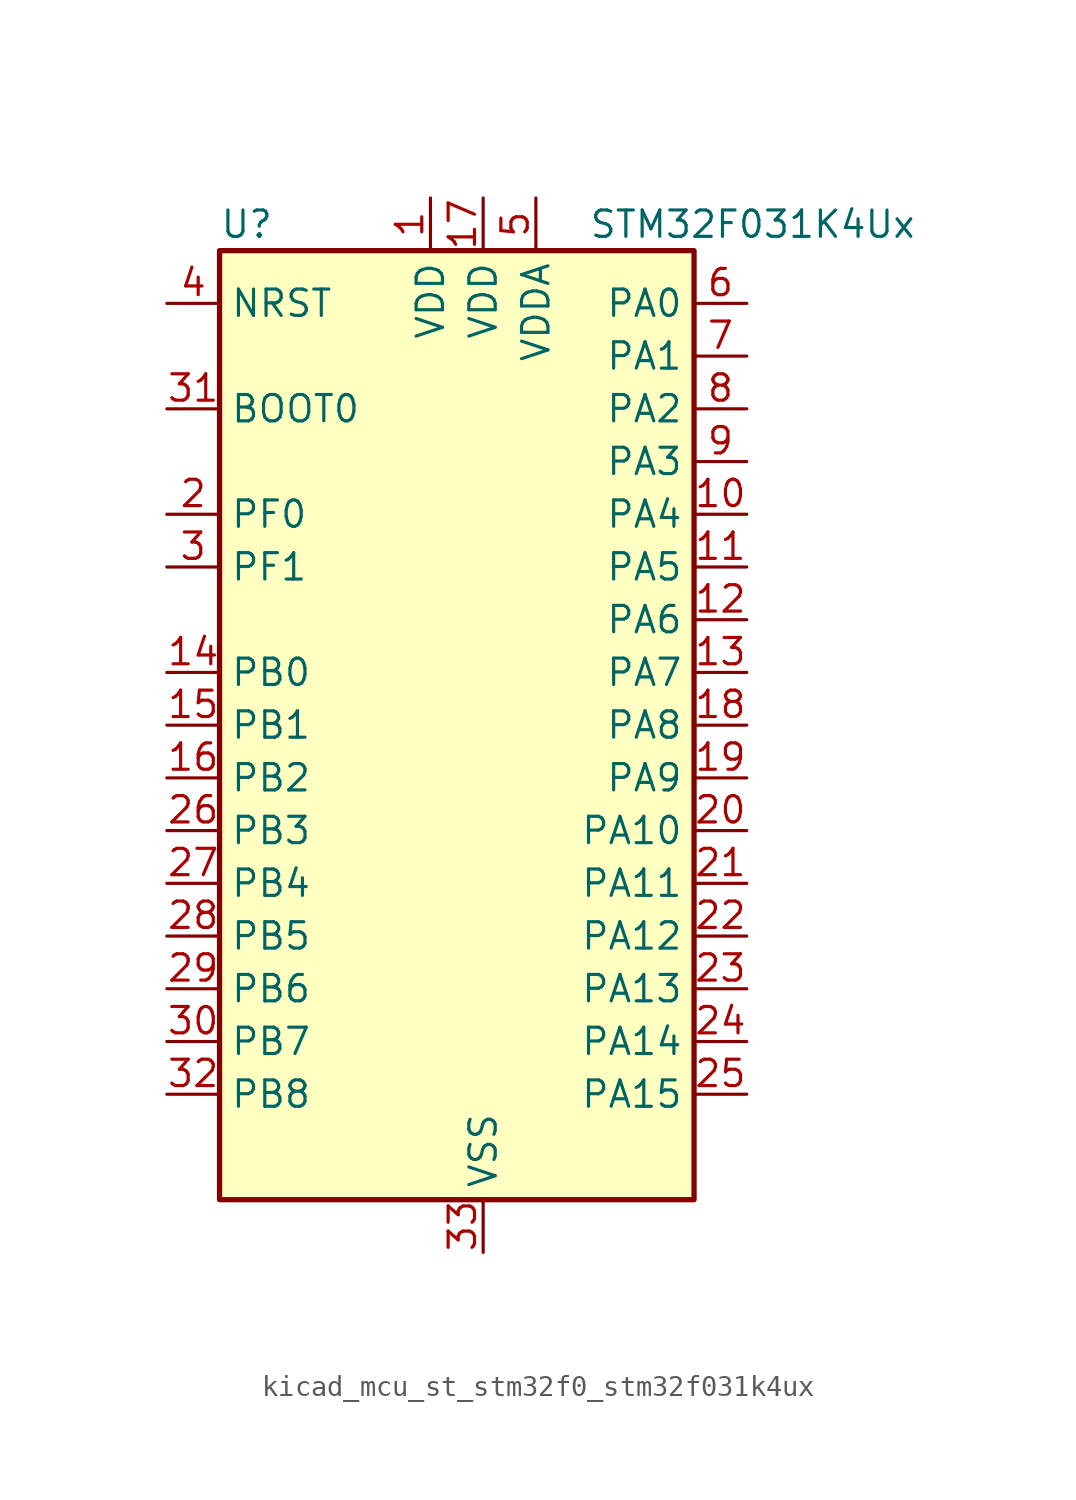
<source format=kicad_sym>
(kicad_symbol_lib
  (version 20220914)
  (generator kicad_symbol_editor)
  (symbol "kicad_mcu_st_stm32f0_stm32f031k4ux"
    (property "Reference" "U"
      (at -10.16 24.13 0)
      (effects (font (size 1.27 1.27)) (justify left)))
    (property "Value" "STM32F031K4Ux"
      (at 7.62 24.13 0)
      (effects (font (size 1.27 1.27)) (justify left)))
    (property "ki_locked" ""
      (at 0 0 0)
      (effects (font (size 1.27 1.27))))
    (symbol "kicad_mcu_st_stm32f0_stm32f031k4ux_0_1"
      (rectangle (start -10.16 -22.86) (end 12.7 22.86) (stroke (width 0.254) (type default)) (fill (type background))))
    (symbol "kicad_mcu_st_stm32f0_stm32f031k4ux_1_1"
      (pin power_in line (at 0 25.4 270) (length 2.54) (name "VDD" (effects (font (size 1.27 1.27)))) (number "1" (effects (font (size 1.27 1.27)))))
      (pin bidirectional line (at 15.24 10.16 180) (length 2.54) (name "PA4" (effects (font (size 1.27 1.27)))) (number "10" (effects (font (size 1.27 1.27)))) (alternate "ADC_IN4" bidirectional line) (alternate "I2S1_WS" bidirectional line) (alternate "SPI1_NSS" bidirectional line) (alternate "TIM14_CH1" bidirectional line) (alternate "USART1_CK" bidirectional line))
      (pin bidirectional line (at 15.24 7.62 180) (length 2.54) (name "PA5" (effects (font (size 1.27 1.27)))) (number "11" (effects (font (size 1.27 1.27)))) (alternate "ADC_IN5" bidirectional line) (alternate "I2S1_CK" bidirectional line) (alternate "SPI1_SCK" bidirectional line) (alternate "TIM2_CH1" bidirectional line) (alternate "TIM2_ETR" bidirectional line))
      (pin bidirectional line (at 15.24 5.08 180) (length 2.54) (name "PA6" (effects (font (size 1.27 1.27)))) (number "12" (effects (font (size 1.27 1.27)))) (alternate "ADC_IN6" bidirectional line) (alternate "I2S1_MCK" bidirectional line) (alternate "SPI1_MISO" bidirectional line) (alternate "TIM16_CH1" bidirectional line) (alternate "TIM1_BKIN" bidirectional line) (alternate "TIM3_CH1" bidirectional line))
      (pin bidirectional line (at 15.24 2.54 180) (length 2.54) (name "PA7" (effects (font (size 1.27 1.27)))) (number "13" (effects (font (size 1.27 1.27)))) (alternate "ADC_IN7" bidirectional line) (alternate "I2S1_SD" bidirectional line) (alternate "SPI1_MOSI" bidirectional line) (alternate "TIM14_CH1" bidirectional line) (alternate "TIM17_CH1" bidirectional line) (alternate "TIM1_CH1N" bidirectional line) (alternate "TIM3_CH2" bidirectional line))
      (pin bidirectional line (at -12.7 2.54 0) (length 2.54) (name "PB0" (effects (font (size 1.27 1.27)))) (number "14" (effects (font (size 1.27 1.27)))) (alternate "ADC_IN8" bidirectional line) (alternate "TIM1_CH2N" bidirectional line) (alternate "TIM3_CH3" bidirectional line))
      (pin bidirectional line (at -12.7 0 0) (length 2.54) (name "PB1" (effects (font (size 1.27 1.27)))) (number "15" (effects (font (size 1.27 1.27)))) (alternate "ADC_IN9" bidirectional line) (alternate "TIM14_CH1" bidirectional line) (alternate "TIM1_CH3N" bidirectional line) (alternate "TIM3_CH4" bidirectional line))
      (pin bidirectional line (at -12.7 -2.54 0) (length 2.54) (name "PB2" (effects (font (size 1.27 1.27)))) (number "16" (effects (font (size 1.27 1.27)))))
      (pin power_in line (at 2.54 25.4 270) (length 2.54) (name "VDD" (effects (font (size 1.27 1.27)))) (number "17" (effects (font (size 1.27 1.27)))))
      (pin bidirectional line (at 15.24 0 180) (length 2.54) (name "PA8" (effects (font (size 1.27 1.27)))) (number "18" (effects (font (size 1.27 1.27)))) (alternate "RCC_MCO" bidirectional line) (alternate "TIM1_CH1" bidirectional line) (alternate "USART1_CK" bidirectional line))
      (pin bidirectional line (at 15.24 -2.54 180) (length 2.54) (name "PA9" (effects (font (size 1.27 1.27)))) (number "19" (effects (font (size 1.27 1.27)))) (alternate "I2C1_SCL" bidirectional line) (alternate "TIM1_CH2" bidirectional line) (alternate "USART1_TX" bidirectional line))
      (pin bidirectional line (at -12.7 10.16 0) (length 2.54) (name "PF0" (effects (font (size 1.27 1.27)))) (number "2" (effects (font (size 1.27 1.27)))) (alternate "RCC_OSC_IN" bidirectional line))
      (pin bidirectional line (at 15.24 -5.08 180) (length 2.54) (name "PA10" (effects (font (size 1.27 1.27)))) (number "20" (effects (font (size 1.27 1.27)))) (alternate "I2C1_SDA" bidirectional line) (alternate "TIM17_BKIN" bidirectional line) (alternate "TIM1_CH3" bidirectional line) (alternate "USART1_RX" bidirectional line))
      (pin bidirectional line (at 15.24 -7.62 180) (length 2.54) (name "PA11" (effects (font (size 1.27 1.27)))) (number "21" (effects (font (size 1.27 1.27)))) (alternate "TIM1_CH4" bidirectional line) (alternate "USART1_CTS" bidirectional line))
      (pin bidirectional line (at 15.24 -10.16 180) (length 2.54) (name "PA12" (effects (font (size 1.27 1.27)))) (number "22" (effects (font (size 1.27 1.27)))) (alternate "TIM1_ETR" bidirectional line) (alternate "USART1_DE" bidirectional line) (alternate "USART1_RTS" bidirectional line))
      (pin bidirectional line (at 15.24 -12.7 180) (length 2.54) (name "PA13" (effects (font (size 1.27 1.27)))) (number "23" (effects (font (size 1.27 1.27)))) (alternate "IR_OUT" bidirectional line) (alternate "SYS_SWDIO" bidirectional line))
      (pin bidirectional line (at 15.24 -15.24 180) (length 2.54) (name "PA14" (effects (font (size 1.27 1.27)))) (number "24" (effects (font (size 1.27 1.27)))) (alternate "SYS_SWCLK" bidirectional line) (alternate "USART1_TX" bidirectional line))
      (pin bidirectional line (at 15.24 -17.78 180) (length 2.54) (name "PA15" (effects (font (size 1.27 1.27)))) (number "25" (effects (font (size 1.27 1.27)))) (alternate "I2S1_WS" bidirectional line) (alternate "SPI1_NSS" bidirectional line) (alternate "TIM2_CH1" bidirectional line) (alternate "TIM2_ETR" bidirectional line) (alternate "USART1_RX" bidirectional line))
      (pin bidirectional line (at -12.7 -5.08 0) (length 2.54) (name "PB3" (effects (font (size 1.27 1.27)))) (number "26" (effects (font (size 1.27 1.27)))) (alternate "I2S1_CK" bidirectional line) (alternate "SPI1_SCK" bidirectional line) (alternate "TIM2_CH2" bidirectional line))
      (pin bidirectional line (at -12.7 -7.62 0) (length 2.54) (name "PB4" (effects (font (size 1.27 1.27)))) (number "27" (effects (font (size 1.27 1.27)))) (alternate "I2S1_MCK" bidirectional line) (alternate "SPI1_MISO" bidirectional line) (alternate "TIM3_CH1" bidirectional line))
      (pin bidirectional line (at -12.7 -10.16 0) (length 2.54) (name "PB5" (effects (font (size 1.27 1.27)))) (number "28" (effects (font (size 1.27 1.27)))) (alternate "I2C1_SMBA" bidirectional line) (alternate "I2S1_SD" bidirectional line) (alternate "SPI1_MOSI" bidirectional line) (alternate "TIM16_BKIN" bidirectional line) (alternate "TIM3_CH2" bidirectional line))
      (pin bidirectional line (at -12.7 -12.7 0) (length 2.54) (name "PB6" (effects (font (size 1.27 1.27)))) (number "29" (effects (font (size 1.27 1.27)))) (alternate "I2C1_SCL" bidirectional line) (alternate "TIM16_CH1N" bidirectional line) (alternate "USART1_TX" bidirectional line))
      (pin bidirectional line (at -12.7 7.62 0) (length 2.54) (name "PF1" (effects (font (size 1.27 1.27)))) (number "3" (effects (font (size 1.27 1.27)))) (alternate "RCC_OSC_OUT" bidirectional line))
      (pin bidirectional line (at -12.7 -15.24 0) (length 2.54) (name "PB7" (effects (font (size 1.27 1.27)))) (number "30" (effects (font (size 1.27 1.27)))) (alternate "I2C1_SDA" bidirectional line) (alternate "TIM17_CH1N" bidirectional line) (alternate "USART1_RX" bidirectional line))
      (pin input line (at -12.7 15.24 0) (length 2.54) (name "BOOT0" (effects (font (size 1.27 1.27)))) (number "31" (effects (font (size 1.27 1.27)))))
      (pin bidirectional line (at -12.7 -17.78 0) (length 2.54) (name "PB8" (effects (font (size 1.27 1.27)))) (number "32" (effects (font (size 1.27 1.27)))) (alternate "I2C1_SCL" bidirectional line) (alternate "TIM16_CH1" bidirectional line))
      (pin power_in line (at 2.54 -25.4 90) (length 2.54) (name "VSS" (effects (font (size 1.27 1.27)))) (number "33" (effects (font (size 1.27 1.27)))))
      (pin input line (at -12.7 20.32 0) (length 2.54) (name "NRST" (effects (font (size 1.27 1.27)))) (number "4" (effects (font (size 1.27 1.27)))))
      (pin power_in line (at 5.08 25.4 270) (length 2.54) (name "VDDA" (effects (font (size 1.27 1.27)))) (number "5" (effects (font (size 1.27 1.27)))))
      (pin bidirectional line (at 15.24 20.32 180) (length 2.54) (name "PA0" (effects (font (size 1.27 1.27)))) (number "6" (effects (font (size 1.27 1.27)))) (alternate "ADC_IN0" bidirectional line) (alternate "RTC_TAMP2" bidirectional line) (alternate "SYS_WKUP1" bidirectional line) (alternate "TIM2_CH1" bidirectional line) (alternate "TIM2_ETR" bidirectional line) (alternate "USART1_CTS" bidirectional line))
      (pin bidirectional line (at 15.24 17.78 180) (length 2.54) (name "PA1" (effects (font (size 1.27 1.27)))) (number "7" (effects (font (size 1.27 1.27)))) (alternate "ADC_IN1" bidirectional line) (alternate "TIM2_CH2" bidirectional line) (alternate "USART1_DE" bidirectional line) (alternate "USART1_RTS" bidirectional line))
      (pin bidirectional line (at 15.24 15.24 180) (length 2.54) (name "PA2" (effects (font (size 1.27 1.27)))) (number "8" (effects (font (size 1.27 1.27)))) (alternate "ADC_IN2" bidirectional line) (alternate "TIM2_CH3" bidirectional line) (alternate "USART1_TX" bidirectional line))
      (pin bidirectional line (at 15.24 12.7 180) (length 2.54) (name "PA3" (effects (font (size 1.27 1.27)))) (number "9" (effects (font (size 1.27 1.27)))) (alternate "ADC_IN3" bidirectional line) (alternate "TIM2_CH4" bidirectional line) (alternate "USART1_RX" bidirectional line)))))
</source>
